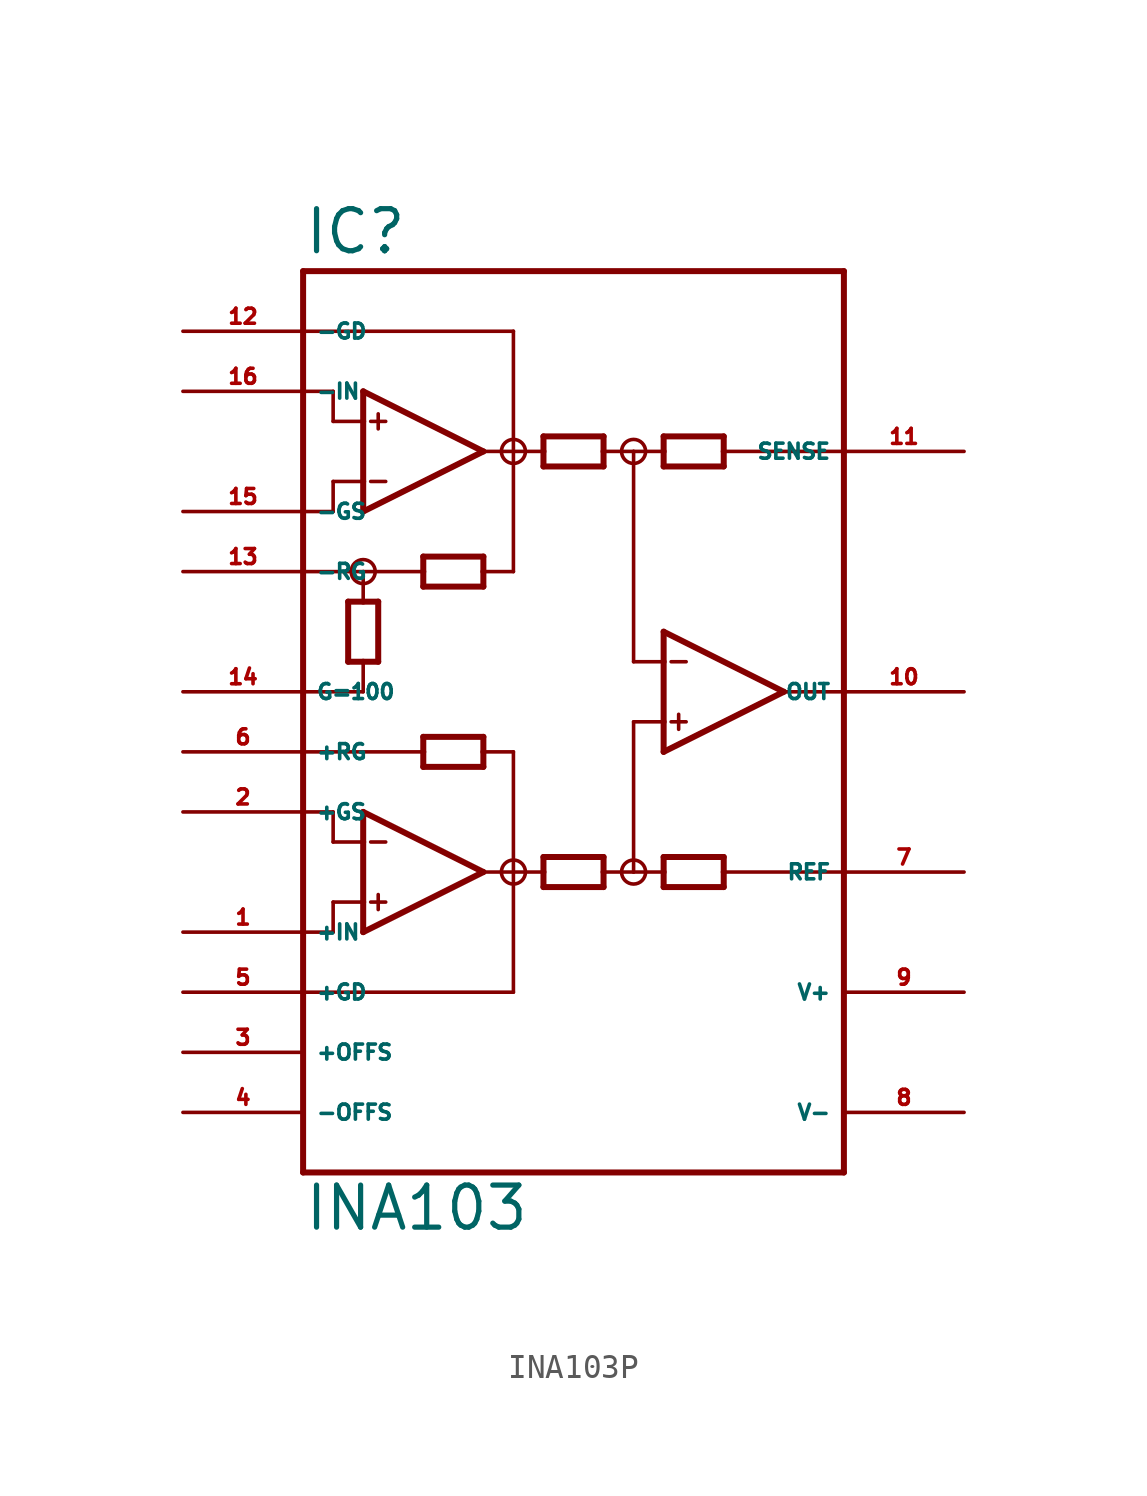
<source format=kicad_sym>
(kicad_symbol_lib
  (version 20220914)
  (generator Eagle2Kicad)
  (symbol "INA103P"
    (property "Reference" "IC"
      (at -10.16 18.415 0)
      (effects (font (size 1.778 1.778) (thickness 0.22)) (justify left bottom)))
    (property "Value" "INA103"
      (at -10.16 -22.86 0)
      (effects (font (size 1.778 1.778) (thickness 0.22)) (justify left bottom)))
    (polyline
      (pts (xy -7.62 7.62) (xy -7.62 8.89))
      (stroke (width 0.254) (type default))
      (fill (type none)))
    (polyline
      (pts (xy -7.62 8.89) (xy -7.62 11.43))
      (stroke (width 0.254) (type default))
      (fill (type none)))
    (polyline
      (pts (xy -7.62 11.43) (xy -7.62 12.7))
      (stroke (width 0.254) (type default))
      (fill (type none)))
    (polyline
      (pts (xy -7.62 12.7) (xy -2.54 10.16))
      (stroke (width 0.254) (type default))
      (fill (type none)))
    (polyline
      (pts (xy -2.54 10.16) (xy -7.62 7.62))
      (stroke (width 0.254) (type default))
      (fill (type none)))
    (polyline
      (pts (xy -2.54 4.445) (xy -2.54 5.08))
      (stroke (width 0.254) (type default))
      (fill (type none)))
    (polyline
      (pts (xy -2.54 5.08) (xy -2.54 5.715))
      (stroke (width 0.254) (type default))
      (fill (type none)))
    (polyline
      (pts (xy -2.54 5.715) (xy -5.08 5.715))
      (stroke (width 0.254) (type default))
      (fill (type none)))
    (polyline
      (pts (xy -5.08 5.715) (xy -5.08 5.08))
      (stroke (width 0.254) (type default))
      (fill (type none)))
    (polyline
      (pts (xy -5.08 5.08) (xy -5.08 4.445))
      (stroke (width 0.254) (type default))
      (fill (type none)))
    (polyline
      (pts (xy -5.08 4.445) (xy -2.54 4.445))
      (stroke (width 0.254) (type default))
      (fill (type none)))
    (polyline
      (pts (xy 0 9.525) (xy 0 10.16))
      (stroke (width 0.254) (type default))
      (fill (type none)))
    (polyline
      (pts (xy 0 10.16) (xy 0 10.795))
      (stroke (width 0.254) (type default))
      (fill (type none)))
    (polyline
      (pts (xy 0 10.795) (xy 2.54 10.795))
      (stroke (width 0.254) (type default))
      (fill (type none)))
    (polyline
      (pts (xy 2.54 10.795) (xy 2.54 10.16))
      (stroke (width 0.254) (type default))
      (fill (type none)))
    (polyline
      (pts (xy 2.54 10.16) (xy 2.54 9.525))
      (stroke (width 0.254) (type default))
      (fill (type none)))
    (polyline
      (pts (xy 2.54 9.525) (xy 0 9.525))
      (stroke (width 0.254) (type default))
      (fill (type none)))
    (polyline
      (pts (xy -7.62 11.43) (xy -8.89 11.43))
      (stroke (width 0.152) (type default))
      (fill (type none)))
    (polyline
      (pts (xy 7.62 10.795) (xy 7.62 10.16))
      (stroke (width 0.254) (type default))
      (fill (type none)))
    (polyline
      (pts (xy 7.62 10.16) (xy 7.62 9.525))
      (stroke (width 0.254) (type default))
      (fill (type none)))
    (polyline
      (pts (xy 7.62 9.525) (xy 5.08 9.525))
      (stroke (width 0.254) (type default))
      (fill (type none)))
    (polyline
      (pts (xy 5.08 9.525) (xy 5.08 10.16))
      (stroke (width 0.254) (type default))
      (fill (type none)))
    (polyline
      (pts (xy 5.08 10.16) (xy 5.08 10.795))
      (stroke (width 0.254) (type default))
      (fill (type none)))
    (polyline
      (pts (xy 5.08 10.795) (xy 7.62 10.795))
      (stroke (width 0.254) (type default))
      (fill (type none)))
    (polyline
      (pts (xy 5.08 -6.985) (xy 5.08 -7.62))
      (stroke (width 0.254) (type default))
      (fill (type none)))
    (polyline
      (pts (xy 5.08 -7.62) (xy 5.08 -8.255))
      (stroke (width 0.254) (type default))
      (fill (type none)))
    (polyline
      (pts (xy 5.08 -8.255) (xy 7.62 -8.255))
      (stroke (width 0.254) (type default))
      (fill (type none)))
    (polyline
      (pts (xy 7.62 -8.255) (xy 7.62 -7.62))
      (stroke (width 0.254) (type default))
      (fill (type none)))
    (polyline
      (pts (xy 7.62 -7.62) (xy 7.62 -6.985))
      (stroke (width 0.254) (type default))
      (fill (type none)))
    (polyline
      (pts (xy 7.62 -6.985) (xy 5.08 -6.985))
      (stroke (width 0.254) (type default))
      (fill (type none)))
    (polyline
      (pts (xy -7.62 8.89) (xy -8.89 8.89))
      (stroke (width 0.152) (type default))
      (fill (type none)))
    (polyline
      (pts (xy -7.303 11.43) (xy -6.668 11.43))
      (stroke (width 0.152) (type default))
      (fill (type none)))
    (polyline
      (pts (xy -7.303 8.89) (xy -6.668 8.89))
      (stroke (width 0.152) (type default))
      (fill (type none)))
    (polyline
      (pts (xy -6.985 11.748) (xy -6.985 11.113))
      (stroke (width 0.152) (type default))
      (fill (type none)))
    (polyline
      (pts (xy -10.16 -20.32) (xy 12.7 -20.32))
      (stroke (width 0.254) (type default))
      (fill (type none)))
    (polyline
      (pts (xy 12.7 -20.32) (xy 12.7 -7.62))
      (stroke (width 0.254) (type default))
      (fill (type none)))
    (polyline
      (pts (xy 12.7 -7.62) (xy 12.7 0))
      (stroke (width 0.254) (type default))
      (fill (type none)))
    (polyline
      (pts (xy 12.7 0) (xy 12.7 10.16))
      (stroke (width 0.254) (type default))
      (fill (type none)))
    (polyline
      (pts (xy 12.7 10.16) (xy 12.7 17.78))
      (stroke (width 0.254) (type default))
      (fill (type none)))
    (polyline
      (pts (xy 12.7 17.78) (xy -10.16 17.78))
      (stroke (width 0.254) (type default))
      (fill (type none)))
    (polyline
      (pts (xy -10.16 17.78) (xy -10.16 15.24))
      (stroke (width 0.254) (type default))
      (fill (type none)))
    (polyline
      (pts (xy -10.16 15.24) (xy -10.16 12.7))
      (stroke (width 0.254) (type default))
      (fill (type none)))
    (polyline
      (pts (xy -10.16 12.7) (xy -10.16 7.62))
      (stroke (width 0.254) (type default))
      (fill (type none)))
    (polyline
      (pts (xy -10.16 7.62) (xy -10.16 5.08))
      (stroke (width 0.254) (type default))
      (fill (type none)))
    (polyline
      (pts (xy -10.16 5.08) (xy -10.16 0))
      (stroke (width 0.254) (type default))
      (fill (type none)))
    (polyline
      (pts (xy -10.16 0) (xy -10.16 -2.54))
      (stroke (width 0.254) (type default))
      (fill (type none)))
    (polyline
      (pts (xy -10.16 -2.54) (xy -10.16 -5.08))
      (stroke (width 0.254) (type default))
      (fill (type none)))
    (polyline
      (pts (xy -10.16 -5.08) (xy -10.16 -10.16))
      (stroke (width 0.254) (type default))
      (fill (type none)))
    (polyline
      (pts (xy -10.16 -10.16) (xy -10.16 -12.7))
      (stroke (width 0.254) (type default))
      (fill (type none)))
    (polyline
      (pts (xy -10.16 -12.7) (xy -10.16 -20.32))
      (stroke (width 0.254) (type default))
      (fill (type none)))
    (polyline
      (pts (xy -7.62 -10.16) (xy -7.62 -8.89))
      (stroke (width 0.254) (type default))
      (fill (type none)))
    (polyline
      (pts (xy -7.62 -8.89) (xy -7.62 -6.35))
      (stroke (width 0.254) (type default))
      (fill (type none)))
    (polyline
      (pts (xy -7.62 -6.35) (xy -7.62 -5.08))
      (stroke (width 0.254) (type default))
      (fill (type none)))
    (polyline
      (pts (xy -7.62 -5.08) (xy -2.54 -7.62))
      (stroke (width 0.254) (type default))
      (fill (type none)))
    (polyline
      (pts (xy -2.54 -7.62) (xy -7.62 -10.16))
      (stroke (width 0.254) (type default))
      (fill (type none)))
    (polyline
      (pts (xy 2.54 -8.255) (xy 2.54 -7.62))
      (stroke (width 0.254) (type default))
      (fill (type none)))
    (polyline
      (pts (xy 2.54 -7.62) (xy 2.54 -6.985))
      (stroke (width 0.254) (type default))
      (fill (type none)))
    (polyline
      (pts (xy 2.54 -6.985) (xy 0 -6.985))
      (stroke (width 0.254) (type default))
      (fill (type none)))
    (polyline
      (pts (xy 0 -6.985) (xy 0 -7.62))
      (stroke (width 0.254) (type default))
      (fill (type none)))
    (polyline
      (pts (xy 0 -7.62) (xy 0 -8.255))
      (stroke (width 0.254) (type default))
      (fill (type none)))
    (polyline
      (pts (xy 0 -8.255) (xy 2.54 -8.255))
      (stroke (width 0.254) (type default))
      (fill (type none)))
    (polyline
      (pts (xy -5.08 -3.175) (xy -5.08 -2.54))
      (stroke (width 0.254) (type default))
      (fill (type none)))
    (polyline
      (pts (xy -5.08 -2.54) (xy -5.08 -1.905))
      (stroke (width 0.254) (type default))
      (fill (type none)))
    (polyline
      (pts (xy -5.08 -1.905) (xy -2.54 -1.905))
      (stroke (width 0.254) (type default))
      (fill (type none)))
    (polyline
      (pts (xy -2.54 -1.905) (xy -2.54 -2.54))
      (stroke (width 0.254) (type default))
      (fill (type none)))
    (polyline
      (pts (xy -2.54 -2.54) (xy -2.54 -3.175))
      (stroke (width 0.254) (type default))
      (fill (type none)))
    (polyline
      (pts (xy -2.54 -3.175) (xy -5.08 -3.175))
      (stroke (width 0.254) (type default))
      (fill (type none)))
    (polyline
      (pts (xy -7.62 -6.35) (xy -8.89 -6.35))
      (stroke (width 0.152) (type default))
      (fill (type none)))
    (polyline
      (pts (xy -7.62 -8.89) (xy -8.89 -8.89))
      (stroke (width 0.152) (type default))
      (fill (type none)))
    (polyline
      (pts (xy -7.303 -6.35) (xy -6.668 -6.35))
      (stroke (width 0.152) (type default))
      (fill (type none)))
    (polyline
      (pts (xy -7.303 -8.89) (xy -6.668 -8.89))
      (stroke (width 0.152) (type default))
      (fill (type none)))
    (polyline
      (pts (xy -6.985 -8.572) (xy -6.985 -9.207))
      (stroke (width 0.152) (type default))
      (fill (type none)))
    (polyline
      (pts (xy -8.89 11.43) (xy -8.89 12.7))
      (stroke (width 0.152) (type default))
      (fill (type none)))
    (polyline
      (pts (xy -8.89 12.7) (xy -10.16 12.7))
      (stroke (width 0.152) (type default))
      (fill (type none)))
    (polyline
      (pts (xy -8.89 8.89) (xy -8.89 7.62))
      (stroke (width 0.152) (type default))
      (fill (type none)))
    (polyline
      (pts (xy -8.89 7.62) (xy -10.16 7.62))
      (stroke (width 0.152) (type default))
      (fill (type none)))
    (polyline
      (pts (xy 5.08 -2.54) (xy 5.08 -1.27))
      (stroke (width 0.254) (type default))
      (fill (type none)))
    (polyline
      (pts (xy 5.08 -1.27) (xy 5.08 1.27))
      (stroke (width 0.254) (type default))
      (fill (type none)))
    (polyline
      (pts (xy 5.08 1.27) (xy 5.08 2.54))
      (stroke (width 0.254) (type default))
      (fill (type none)))
    (polyline
      (pts (xy 5.08 2.54) (xy 10.16 0))
      (stroke (width 0.254) (type default))
      (fill (type none)))
    (polyline
      (pts (xy 10.16 0) (xy 5.08 -2.54))
      (stroke (width 0.254) (type default))
      (fill (type none)))
    (polyline
      (pts (xy 5.08 -1.27) (xy 3.81 -1.27))
      (stroke (width 0.152) (type default))
      (fill (type none)))
    (polyline
      (pts (xy 5.397 1.27) (xy 6.032 1.27))
      (stroke (width 0.152) (type default))
      (fill (type none)))
    (polyline
      (pts (xy 5.397 -1.27) (xy 6.032 -1.27))
      (stroke (width 0.152) (type default))
      (fill (type none)))
    (polyline
      (pts (xy 5.715 -0.953) (xy 5.715 -1.587))
      (stroke (width 0.152) (type default))
      (fill (type none)))
    (polyline
      (pts (xy -2.54 10.16) (xy -1.27 10.16))
      (stroke (width 0.152) (type default))
      (fill (type none)))
    (polyline
      (pts (xy -1.27 10.16) (xy 0 10.16))
      (stroke (width 0.152) (type default))
      (fill (type none)))
    (polyline
      (pts (xy 2.54 10.16) (xy 3.81 10.16))
      (stroke (width 0.152) (type default))
      (fill (type none)))
    (polyline
      (pts (xy 3.81 10.16) (xy 5.08 10.16))
      (stroke (width 0.152) (type default))
      (fill (type none)))
    (polyline
      (pts (xy 10.16 0) (xy 12.7 0))
      (stroke (width 0.152) (type default))
      (fill (type none)))
    (polyline
      (pts (xy -7.62 5.08) (xy -5.08 5.08))
      (stroke (width 0.152) (type default))
      (fill (type none)))
    (polyline
      (pts (xy -1.27 10.16) (xy -1.27 5.08))
      (stroke (width 0.152) (type default))
      (fill (type none)))
    (polyline
      (pts (xy -1.27 5.08) (xy -2.54 5.08))
      (stroke (width 0.152) (type default))
      (fill (type none)))
    (polyline
      (pts (xy 3.81 10.16) (xy 3.81 1.27))
      (stroke (width 0.152) (type default))
      (fill (type none)))
    (polyline
      (pts (xy 3.81 1.27) (xy 5.08 1.27))
      (stroke (width 0.152) (type default))
      (fill (type none)))
    (polyline
      (pts (xy -8.89 -5.08) (xy -8.89 -6.35))
      (stroke (width 0.152) (type default))
      (fill (type none)))
    (polyline
      (pts (xy -2.54 -2.54) (xy -1.27 -2.54))
      (stroke (width 0.152) (type default))
      (fill (type none)))
    (polyline
      (pts (xy -1.27 -2.54) (xy -1.27 -7.62))
      (stroke (width 0.152) (type default))
      (fill (type none)))
    (polyline
      (pts (xy -1.27 -7.62) (xy -2.54 -7.62))
      (stroke (width 0.152) (type default))
      (fill (type none)))
    (polyline
      (pts (xy -1.27 -7.62) (xy 0 -7.62))
      (stroke (width 0.152) (type default))
      (fill (type none)))
    (polyline
      (pts (xy 2.54 -7.62) (xy 3.81 -7.62))
      (stroke (width 0.152) (type default))
      (fill (type none)))
    (polyline
      (pts (xy 3.81 -7.62) (xy 5.08 -7.62))
      (stroke (width 0.152) (type default))
      (fill (type none)))
    (polyline
      (pts (xy -8.89 -8.89) (xy -8.89 -10.16))
      (stroke (width 0.152) (type default))
      (fill (type none)))
    (polyline
      (pts (xy -8.89 -10.16) (xy -10.16 -10.16))
      (stroke (width 0.152) (type default))
      (fill (type none)))
    (polyline
      (pts (xy -10.16 -5.08) (xy -8.89 -5.08))
      (stroke (width 0.152) (type default))
      (fill (type none)))
    (polyline
      (pts (xy 3.81 -1.27) (xy 3.81 -7.62))
      (stroke (width 0.152) (type default))
      (fill (type none)))
    (polyline
      (pts (xy 7.62 -7.62) (xy 12.7 -7.62))
      (stroke (width 0.152) (type default))
      (fill (type none)))
    (polyline
      (pts (xy -6.985 3.81) (xy -7.62 3.81))
      (stroke (width 0.254) (type default))
      (fill (type none)))
    (polyline
      (pts (xy -7.62 3.81) (xy -8.255 3.81))
      (stroke (width 0.254) (type default))
      (fill (type none)))
    (polyline
      (pts (xy -8.255 3.81) (xy -8.255 1.27))
      (stroke (width 0.254) (type default))
      (fill (type none)))
    (polyline
      (pts (xy -8.255 1.27) (xy -7.62 1.27))
      (stroke (width 0.254) (type default))
      (fill (type none)))
    (polyline
      (pts (xy -7.62 1.27) (xy -6.985 1.27))
      (stroke (width 0.254) (type default))
      (fill (type none)))
    (polyline
      (pts (xy -6.985 1.27) (xy -6.985 3.81))
      (stroke (width 0.254) (type default))
      (fill (type none)))
    (polyline
      (pts (xy -7.62 0) (xy -7.62 1.27))
      (stroke (width 0.152) (type default))
      (fill (type none)))
    (polyline
      (pts (xy -7.62 5.08) (xy -7.62 3.81))
      (stroke (width 0.152) (type default))
      (fill (type none)))
    (polyline
      (pts (xy -7.62 0) (xy -10.16 0))
      (stroke (width 0.152) (type default))
      (fill (type none)))
    (polyline
      (pts (xy -5.08 -2.54) (xy -10.16 -2.54))
      (stroke (width 0.152) (type default))
      (fill (type none)))
    (polyline
      (pts (xy 12.7 10.16) (xy 7.62 10.16))
      (stroke (width 0.152) (type default))
      (fill (type none)))
    (polyline
      (pts (xy -10.16 5.08) (xy -7.62 5.08))
      (stroke (width 0.152) (type default))
      (fill (type none)))
    (polyline
      (pts (xy -10.16 15.24) (xy -1.27 15.24))
      (stroke (width 0.152) (type default))
      (fill (type none)))
    (polyline
      (pts (xy -1.27 15.24) (xy -1.27 10.16))
      (stroke (width 0.152) (type default))
      (fill (type none)))
    (polyline
      (pts (xy -1.27 -7.62) (xy -1.27 -12.7))
      (stroke (width 0.152) (type default))
      (fill (type none)))
    (polyline
      (pts (xy -1.27 -12.7) (xy -10.16 -12.7))
      (stroke (width 0.152) (type default))
      (fill (type none)))
    (circle
      (center 3.81 10.16)
      (radius 0.508)
      (stroke (width 0) (type default))
      (fill (type none)))
    (circle
      (center -7.62 5.08)
      (radius 0.508)
      (stroke (width 0) (type default))
      (fill (type none)))
    (circle
      (center -1.27 10.16)
      (radius 0.508)
      (stroke (width 0) (type default))
      (fill (type none)))
    (circle
      (center 3.81 -7.62)
      (radius 0.508)
      (stroke (width 0) (type default))
      (fill (type none)))
    (circle
      (center -1.27 -7.62)
      (radius 0.508)
      (stroke (width 0) (type default))
      (fill (type none)))
    (pin input line
      (at -15.24 12.7 0)
      (length 5.08)
      (name "-IN" (effects (font (size 0.635 0.635) (thickness 0.08)) (justify left bottom)))
      (number "16" (effects (font (size 0.635 0.635) (thickness 0.08)) (justify left bottom))))
    (pin input line
      (at -15.24 7.62 0)
      (length 5.08)
      (name "-GS" (effects (font (size 0.635 0.635) (thickness 0.08)) (justify left bottom)))
      (number "15" (effects (font (size 0.635 0.635) (thickness 0.08)) (justify left bottom))))
    (pin output line
      (at 17.78 0 180)
      (length 5.08)
      (name "OUT" (effects (font (size 0.635 0.635) (thickness 0.08)) (justify left bottom)))
      (number "10" (effects (font (size 0.635 0.635) (thickness 0.08)) (justify left bottom))))
    (pin unspecified line
      (at 17.78 -12.7 180)
      (length 5.08)
      (name "V+" (effects (font (size 0.635 0.635) (thickness 0.08)) (justify left bottom)))
      (number "9" (effects (font (size 0.635 0.635) (thickness 0.08)) (justify left bottom))))
    (pin unspecified line
      (at 17.78 -17.78 180)
      (length 5.08)
      (name "V-" (effects (font (size 0.635 0.635) (thickness 0.08)) (justify left bottom)))
      (number "8" (effects (font (size 0.635 0.635) (thickness 0.08)) (justify left bottom))))
    (pin input line
      (at -15.24 -5.08 0)
      (length 5.08)
      (name "+GS" (effects (font (size 0.635 0.635) (thickness 0.08)) (justify left bottom)))
      (number "2" (effects (font (size 0.635 0.635) (thickness 0.08)) (justify left bottom))))
    (pin input line
      (at -15.24 -10.16 0)
      (length 5.08)
      (name "+IN" (effects (font (size 0.635 0.635) (thickness 0.08)) (justify left bottom)))
      (number "1" (effects (font (size 0.635 0.635) (thickness 0.08)) (justify left bottom))))
    (pin passive line
      (at 17.78 -7.62 180)
      (length 5.08)
      (name "REF" (effects (font (size 0.635 0.635) (thickness 0.08)) (justify left bottom)))
      (number "7" (effects (font (size 0.635 0.635) (thickness 0.08)) (justify left bottom))))
    (pin passive line
      (at -15.24 0 0)
      (length 5.08)
      (name "G=100" (effects (font (size 0.635 0.635) (thickness 0.08)) (justify left bottom)))
      (number "14" (effects (font (size 0.635 0.635) (thickness 0.08)) (justify left bottom))))
    (pin passive line
      (at -15.24 -2.54 0)
      (length 5.08)
      (name "+RG" (effects (font (size 0.635 0.635) (thickness 0.08)) (justify left bottom)))
      (number "6" (effects (font (size 0.635 0.635) (thickness 0.08)) (justify left bottom))))
    (pin input line
      (at 17.78 10.16 180)
      (length 5.08)
      (name "SENSE" (effects (font (size 0.635 0.635) (thickness 0.08)) (justify left bottom)))
      (number "11" (effects (font (size 0.635 0.635) (thickness 0.08)) (justify left bottom))))
    (pin passive line
      (at -15.24 5.08 0)
      (length 5.08)
      (name "-RG" (effects (font (size 0.635 0.635) (thickness 0.08)) (justify left bottom)))
      (number "13" (effects (font (size 0.635 0.635) (thickness 0.08)) (justify left bottom))))
    (pin passive line
      (at -15.24 15.24 0)
      (length 5.08)
      (name "-GD" (effects (font (size 0.635 0.635) (thickness 0.08)) (justify left bottom)))
      (number "12" (effects (font (size 0.635 0.635) (thickness 0.08)) (justify left bottom))))
    (pin passive line
      (at -15.24 -12.7 0)
      (length 5.08)
      (name "+GD" (effects (font (size 0.635 0.635) (thickness 0.08)) (justify left bottom)))
      (number "5" (effects (font (size 0.635 0.635) (thickness 0.08)) (justify left bottom))))
    (pin passive line
      (at -15.24 -15.24 0)
      (length 5.08)
      (name "+OFFS" (effects (font (size 0.635 0.635) (thickness 0.08)) (justify left bottom)))
      (number "3" (effects (font (size 0.635 0.635) (thickness 0.08)) (justify left bottom))))
    (pin passive line
      (at -15.24 -17.78 0)
      (length 5.08)
      (name "-OFFS" (effects (font (size 0.635 0.635) (thickness 0.08)) (justify left bottom)))
      (number "4" (effects (font (size 0.635 0.635) (thickness 0.08)) (justify left bottom))))))
</source>
